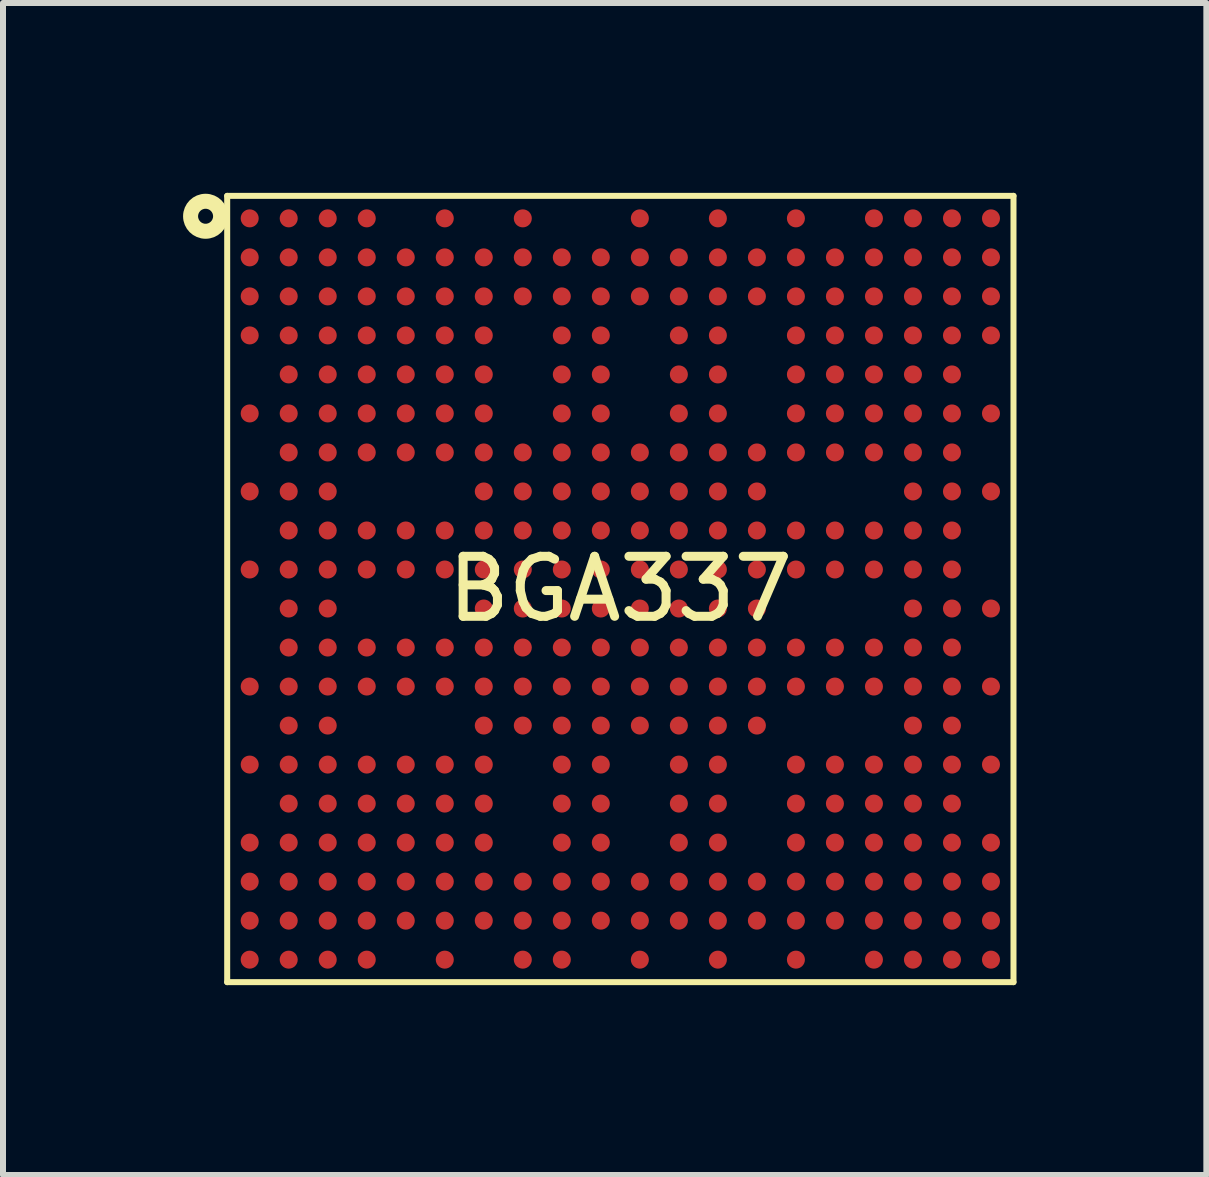
<source format=kicad_pcb>
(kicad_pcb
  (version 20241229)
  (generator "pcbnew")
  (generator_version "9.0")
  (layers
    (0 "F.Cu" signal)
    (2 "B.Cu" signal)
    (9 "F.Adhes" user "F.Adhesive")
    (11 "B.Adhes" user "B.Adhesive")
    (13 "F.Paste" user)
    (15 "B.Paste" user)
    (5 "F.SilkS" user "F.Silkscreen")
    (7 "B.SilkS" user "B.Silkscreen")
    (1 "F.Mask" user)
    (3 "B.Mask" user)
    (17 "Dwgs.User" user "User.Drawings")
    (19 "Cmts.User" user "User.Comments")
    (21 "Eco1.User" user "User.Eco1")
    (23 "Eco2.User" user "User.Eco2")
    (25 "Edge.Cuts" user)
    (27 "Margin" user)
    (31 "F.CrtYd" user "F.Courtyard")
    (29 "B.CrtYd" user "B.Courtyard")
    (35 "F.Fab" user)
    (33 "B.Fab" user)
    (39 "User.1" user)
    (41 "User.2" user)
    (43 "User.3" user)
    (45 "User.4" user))
  (footprint "BGA337"
    (layer "F.Cu")
    (at 7.285 6.763)
    (property "Reference" "BGA337" (at 0 0 0) (layer "F.SilkS") (effects (font (size 1 1) (thickness 0.15))))
    (fp_line (start -6.55 -6.55) (end 6.55 -6.55) (stroke (width 0.1) (type default)) (layer "F.SilkS"))
    (fp_line (start -6.55 6.55) (end -6.55 -6.55) (stroke (width 0.1) (type default)) (layer "F.SilkS"))
    (fp_line (start -6.55 6.55) (end 6.55 6.55) (stroke (width 0.1) (type default)) (layer "F.SilkS"))
    (fp_line (start 6.55 6.55) (end 6.55 -6.55) (stroke (width 0.1) (type default)) (layer "F.SilkS"))
    (fp_circle (center -6.91 -6.21) (end -6.66 -6.21) (stroke (width 0.25) (type default)) (fill no) (layer "F.SilkS"))
    (fp_line (start -6.75 -6.75) (end 6.75 -6.75) (stroke (width 0.025) (type default)) (layer "User.1"))
    (fp_line (start -6.75 6.75) (end -6.75 -6.75) (stroke (width 0.025) (type default)) (layer "User.1"))
    (fp_line (start -6.75 6.75) (end 6.75 6.75) (stroke (width 0.025) (type default)) (layer "User.1"))
    (fp_line (start 6.75 6.75) (end 6.75 -6.75) (stroke (width 0.025) (type default)) (layer "User.1"))
    (pad "A1" smd circle (at -6.175 -6.175) (size 0.3 0.3) (layers "F.Cu" "F.Mask" "F.Paste"))
    (pad "A2" smd circle (at -5.525 -6.175) (size 0.3 0.3) (layers "F.Cu" "F.Mask" "F.Paste"))
    (pad "A3" smd circle (at -4.875 -6.175) (size 0.3 0.3) (layers "F.Cu" "F.Mask" "F.Paste"))
    (pad "A4" smd circle (at -4.225 -6.175) (size 0.3 0.3) (layers "F.Cu" "F.Mask" "F.Paste"))
    (pad "A6" smd circle (at -2.925 -6.175) (size 0.3 0.3) (layers "F.Cu" "F.Mask" "F.Paste"))
    (pad "A8" smd circle (at -1.625 -6.175) (size 0.3 0.3) (layers "F.Cu" "F.Mask" "F.Paste"))
    (pad "A11" smd circle (at 0.325 -6.175) (size 0.3 0.3) (layers "F.Cu" "F.Mask" "F.Paste"))
    (pad "A13" smd circle (at 1.625 -6.175) (size 0.3 0.3) (layers "F.Cu" "F.Mask" "F.Paste"))
    (pad "A15" smd circle (at 2.925 -6.175) (size 0.3 0.3) (layers "F.Cu" "F.Mask" "F.Paste"))
    (pad "A17" smd circle (at 4.225 -6.175) (size 0.3 0.3) (layers "F.Cu" "F.Mask" "F.Paste"))
    (pad "A18" smd circle (at 4.875 -6.175) (size 0.3 0.3) (layers "F.Cu" "F.Mask" "F.Paste"))
    (pad "A19" smd circle (at 5.525 -6.175) (size 0.3 0.3) (layers "F.Cu" "F.Mask" "F.Paste"))
    (pad "A20" smd circle (at 6.175 -6.175) (size 0.3 0.3) (layers "F.Cu" "F.Mask" "F.Paste"))
    (pad "B1" smd circle (at -6.175 -5.525) (size 0.3 0.3) (layers "F.Cu" "F.Mask" "F.Paste"))
    (pad "B2" smd circle (at -5.525 -5.525) (size 0.3 0.3) (layers "F.Cu" "F.Mask" "F.Paste"))
    (pad "B3" smd circle (at -4.875 -5.525) (size 0.3 0.3) (layers "F.Cu" "F.Mask" "F.Paste"))
    (pad "B4" smd circle (at -4.225 -5.525) (size 0.3 0.3) (layers "F.Cu" "F.Mask" "F.Paste"))
    (pad "B5" smd circle (at -3.575 -5.525) (size 0.3 0.3) (layers "F.Cu" "F.Mask" "F.Paste"))
    (pad "B6" smd circle (at -2.925 -5.525) (size 0.3 0.3) (layers "F.Cu" "F.Mask" "F.Paste"))
    (pad "B7" smd circle (at -2.275 -5.525) (size 0.3 0.3) (layers "F.Cu" "F.Mask" "F.Paste"))
    (pad "B8" smd circle (at -1.625 -5.525) (size 0.3 0.3) (layers "F.Cu" "F.Mask" "F.Paste"))
    (pad "B9" smd circle (at -0.975 -5.525) (size 0.3 0.3) (layers "F.Cu" "F.Mask" "F.Paste"))
    (pad "B10" smd circle (at -0.325 -5.525) (size 0.3 0.3) (layers "F.Cu" "F.Mask" "F.Paste"))
    (pad "B11" smd circle (at 0.325 -5.525) (size 0.3 0.3) (layers "F.Cu" "F.Mask" "F.Paste"))
    (pad "B12" smd circle (at 0.975 -5.525) (size 0.3 0.3) (layers "F.Cu" "F.Mask" "F.Paste"))
    (pad "B13" smd circle (at 1.625 -5.525) (size 0.3 0.3) (layers "F.Cu" "F.Mask" "F.Paste"))
    (pad "B14" smd circle (at 2.275 -5.525) (size 0.3 0.3) (layers "F.Cu" "F.Mask" "F.Paste"))
    (pad "B15" smd circle (at 2.925 -5.525) (size 0.3 0.3) (layers "F.Cu" "F.Mask" "F.Paste"))
    (pad "B16" smd circle (at 3.575 -5.525) (size 0.3 0.3) (layers "F.Cu" "F.Mask" "F.Paste"))
    (pad "B17" smd circle (at 4.225 -5.525) (size 0.3 0.3) (layers "F.Cu" "F.Mask" "F.Paste"))
    (pad "B18" smd circle (at 4.875 -5.525) (size 0.3 0.3) (layers "F.Cu" "F.Mask" "F.Paste"))
    (pad "B19" smd circle (at 5.525 -5.525) (size 0.3 0.3) (layers "F.Cu" "F.Mask" "F.Paste"))
    (pad "B20" smd circle (at 6.175 -5.525) (size 0.3 0.3) (layers "F.Cu" "F.Mask" "F.Paste"))
    (pad "C1" smd circle (at -6.175 -4.875) (size 0.3 0.3) (layers "F.Cu" "F.Mask" "F.Paste"))
    (pad "C2" smd circle (at -5.525 -4.875) (size 0.3 0.3) (layers "F.Cu" "F.Mask" "F.Paste"))
    (pad "C3" smd circle (at -4.875 -4.875) (size 0.3 0.3) (layers "F.Cu" "F.Mask" "F.Paste"))
    (pad "C4" smd circle (at -4.225 -4.875) (size 0.3 0.3) (layers "F.Cu" "F.Mask" "F.Paste"))
    (pad "C5" smd circle (at -3.575 -4.875) (size 0.3 0.3) (layers "F.Cu" "F.Mask" "F.Paste"))
    (pad "C6" smd circle (at -2.925 -4.875) (size 0.3 0.3) (layers "F.Cu" "F.Mask" "F.Paste"))
    (pad "C7" smd circle (at -2.275 -4.875) (size 0.3 0.3) (layers "F.Cu" "F.Mask" "F.Paste"))
    (pad "C8" smd circle (at -1.625 -4.875) (size 0.3 0.3) (layers "F.Cu" "F.Mask" "F.Paste"))
    (pad "C9" smd circle (at -0.975 -4.875) (size 0.3 0.3) (layers "F.Cu" "F.Mask" "F.Paste"))
    (pad "C10" smd circle (at -0.325 -4.875) (size 0.3 0.3) (layers "F.Cu" "F.Mask" "F.Paste"))
    (pad "C11" smd circle (at 0.325 -4.875) (size 0.3 0.3) (layers "F.Cu" "F.Mask" "F.Paste"))
    (pad "C12" smd circle (at 0.975 -4.875) (size 0.3 0.3) (layers "F.Cu" "F.Mask" "F.Paste"))
    (pad "C13" smd circle (at 1.625 -4.875) (size 0.3 0.3) (layers "F.Cu" "F.Mask" "F.Paste"))
    (pad "C14" smd circle (at 2.275 -4.875) (size 0.3 0.3) (layers "F.Cu" "F.Mask" "F.Paste"))
    (pad "C15" smd circle (at 2.925 -4.875) (size 0.3 0.3) (layers "F.Cu" "F.Mask" "F.Paste"))
    (pad "C16" smd circle (at 3.575 -4.875) (size 0.3 0.3) (layers "F.Cu" "F.Mask" "F.Paste"))
    (pad "C17" smd circle (at 4.225 -4.875) (size 0.3 0.3) (layers "F.Cu" "F.Mask" "F.Paste"))
    (pad "C18" smd circle (at 4.875 -4.875) (size 0.3 0.3) (layers "F.Cu" "F.Mask" "F.Paste"))
    (pad "C19" smd circle (at 5.525 -4.875) (size 0.3 0.3) (layers "F.Cu" "F.Mask" "F.Paste"))
    (pad "C20" smd circle (at 6.175 -4.875) (size 0.3 0.3) (layers "F.Cu" "F.Mask" "F.Paste"))
    (pad "D1" smd circle (at -6.175 -4.225) (size 0.3 0.3) (layers "F.Cu" "F.Mask" "F.Paste"))
    (pad "D2" smd circle (at -5.525 -4.225) (size 0.3 0.3) (layers "F.Cu" "F.Mask" "F.Paste"))
    (pad "D3" smd circle (at -4.875 -4.225) (size 0.3 0.3) (layers "F.Cu" "F.Mask" "F.Paste"))
    (pad "D4" smd circle (at -4.225 -4.225) (size 0.3 0.3) (layers "F.Cu" "F.Mask" "F.Paste"))
    (pad "D5" smd circle (at -3.575 -4.225) (size 0.3 0.3) (layers "F.Cu" "F.Mask" "F.Paste"))
    (pad "D6" smd circle (at -2.925 -4.225) (size 0.3 0.3) (layers "F.Cu" "F.Mask" "F.Paste"))
    (pad "D7" smd circle (at -2.275 -4.225) (size 0.3 0.3) (layers "F.Cu" "F.Mask" "F.Paste"))
    (pad "D9" smd circle (at -0.975 -4.225) (size 0.3 0.3) (layers "F.Cu" "F.Mask" "F.Paste"))
    (pad "D10" smd circle (at -0.325 -4.225) (size 0.3 0.3) (layers "F.Cu" "F.Mask" "F.Paste"))
    (pad "D12" smd circle (at 0.975 -4.225) (size 0.3 0.3) (layers "F.Cu" "F.Mask" "F.Paste"))
    (pad "D13" smd circle (at 1.625 -4.225) (size 0.3 0.3) (layers "F.Cu" "F.Mask" "F.Paste"))
    (pad "D15" smd circle (at 2.925 -4.225) (size 0.3 0.3) (layers "F.Cu" "F.Mask" "F.Paste"))
    (pad "D16" smd circle (at 3.575 -4.225) (size 0.3 0.3) (layers "F.Cu" "F.Mask" "F.Paste"))
    (pad "D17" smd circle (at 4.225 -4.225) (size 0.3 0.3) (layers "F.Cu" "F.Mask" "F.Paste"))
    (pad "D18" smd circle (at 4.875 -4.225) (size 0.3 0.3) (layers "F.Cu" "F.Mask" "F.Paste"))
    (pad "D19" smd circle (at 5.525 -4.225) (size 0.3 0.3) (layers "F.Cu" "F.Mask" "F.Paste"))
    (pad "D20" smd circle (at 6.175 -4.225) (size 0.3 0.3) (layers "F.Cu" "F.Mask" "F.Paste"))
    (pad "E2" smd circle (at -5.525 -3.575) (size 0.3 0.3) (layers "F.Cu" "F.Mask" "F.Paste"))
    (pad "E3" smd circle (at -4.875 -3.575) (size 0.3 0.3) (layers "F.Cu" "F.Mask" "F.Paste"))
    (pad "E4" smd circle (at -4.225 -3.575) (size 0.3 0.3) (layers "F.Cu" "F.Mask" "F.Paste"))
    (pad "E5" smd circle (at -3.575 -3.575) (size 0.3 0.3) (layers "F.Cu" "F.Mask" "F.Paste"))
    (pad "E6" smd circle (at -2.925 -3.575) (size 0.3 0.3) (layers "F.Cu" "F.Mask" "F.Paste"))
    (pad "E7" smd circle (at -2.275 -3.575) (size 0.3 0.3) (layers "F.Cu" "F.Mask" "F.Paste"))
    (pad "E9" smd circle (at -0.975 -3.575) (size 0.3 0.3) (layers "F.Cu" "F.Mask" "F.Paste"))
    (pad "E10" smd circle (at -0.325 -3.575) (size 0.3 0.3) (layers "F.Cu" "F.Mask" "F.Paste"))
    (pad "E12" smd circle (at 0.975 -3.575) (size 0.3 0.3) (layers "F.Cu" "F.Mask" "F.Paste"))
    (pad "E13" smd circle (at 1.625 -3.575) (size 0.3 0.3) (layers "F.Cu" "F.Mask" "F.Paste"))
    (pad "E15" smd circle (at 2.925 -3.575) (size 0.3 0.3) (layers "F.Cu" "F.Mask" "F.Paste"))
    (pad "E16" smd circle (at 3.575 -3.575) (size 0.3 0.3) (layers "F.Cu" "F.Mask" "F.Paste"))
    (pad "E17" smd circle (at 4.225 -3.575) (size 0.3 0.3) (layers "F.Cu" "F.Mask" "F.Paste"))
    (pad "E18" smd circle (at 4.875 -3.575) (size 0.3 0.3) (layers "F.Cu" "F.Mask" "F.Paste"))
    (pad "E19" smd circle (at 5.525 -3.575) (size 0.3 0.3) (layers "F.Cu" "F.Mask" "F.Paste"))
    (pad "F1" smd circle (at -6.175 -2.925) (size 0.3 0.3) (layers "F.Cu" "F.Mask" "F.Paste"))
    (pad "F2" smd circle (at -5.525 -2.925) (size 0.3 0.3) (layers "F.Cu" "F.Mask" "F.Paste"))
    (pad "F3" smd circle (at -4.875 -2.925) (size 0.3 0.3) (layers "F.Cu" "F.Mask" "F.Paste"))
    (pad "F4" smd circle (at -4.225 -2.925) (size 0.3 0.3) (layers "F.Cu" "F.Mask" "F.Paste"))
    (pad "F5" smd circle (at -3.575 -2.925) (size 0.3 0.3) (layers "F.Cu" "F.Mask" "F.Paste"))
    (pad "F6" smd circle (at -2.925 -2.925) (size 0.3 0.3) (layers "F.Cu" "F.Mask" "F.Paste"))
    (pad "F7" smd circle (at -2.275 -2.925) (size 0.3 0.3) (layers "F.Cu" "F.Mask" "F.Paste"))
    (pad "F9" smd circle (at -0.975 -2.925) (size 0.3 0.3) (layers "F.Cu" "F.Mask" "F.Paste"))
    (pad "F10" smd circle (at -0.325 -2.925) (size 0.3 0.3) (layers "F.Cu" "F.Mask" "F.Paste"))
    (pad "F12" smd circle (at 0.975 -2.925) (size 0.3 0.3) (layers "F.Cu" "F.Mask" "F.Paste"))
    (pad "F13" smd circle (at 1.625 -2.925) (size 0.3 0.3) (layers "F.Cu" "F.Mask" "F.Paste"))
    (pad "F15" smd circle (at 2.925 -2.925) (size 0.3 0.3) (layers "F.Cu" "F.Mask" "F.Paste"))
    (pad "F16" smd circle (at 3.575 -2.925) (size 0.3 0.3) (layers "F.Cu" "F.Mask" "F.Paste"))
    (pad "F17" smd circle (at 4.225 -2.925) (size 0.3 0.3) (layers "F.Cu" "F.Mask" "F.Paste"))
    (pad "F18" smd circle (at 4.875 -2.925) (size 0.3 0.3) (layers "F.Cu" "F.Mask" "F.Paste"))
    (pad "F19" smd circle (at 5.525 -2.925) (size 0.3 0.3) (layers "F.Cu" "F.Mask" "F.Paste"))
    (pad "F20" smd circle (at 6.175 -2.925) (size 0.3 0.3) (layers "F.Cu" "F.Mask" "F.Paste"))
    (pad "G2" smd circle (at -5.525 -2.275) (size 0.3 0.3) (layers "F.Cu" "F.Mask" "F.Paste"))
    (pad "G3" smd circle (at -4.875 -2.275) (size 0.3 0.3) (layers "F.Cu" "F.Mask" "F.Paste"))
    (pad "G4" smd circle (at -4.225 -2.275) (size 0.3 0.3) (layers "F.Cu" "F.Mask" "F.Paste"))
    (pad "G5" smd circle (at -3.575 -2.275) (size 0.3 0.3) (layers "F.Cu" "F.Mask" "F.Paste"))
    (pad "G6" smd circle (at -2.925 -2.275) (size 0.3 0.3) (layers "F.Cu" "F.Mask" "F.Paste"))
    (pad "G7" smd circle (at -2.275 -2.275) (size 0.3 0.3) (layers "F.Cu" "F.Mask" "F.Paste"))
    (pad "G8" smd circle (at -1.625 -2.275) (size 0.3 0.3) (layers "F.Cu" "F.Mask" "F.Paste"))
    (pad "G9" smd circle (at -0.975 -2.275) (size 0.3 0.3) (layers "F.Cu" "F.Mask" "F.Paste"))
    (pad "G10" smd circle (at -0.325 -2.275) (size 0.3 0.3) (layers "F.Cu" "F.Mask" "F.Paste"))
    (pad "G11" smd circle (at 0.325 -2.275) (size 0.3 0.3) (layers "F.Cu" "F.Mask" "F.Paste"))
    (pad "G12" smd circle (at 0.975 -2.275) (size 0.3 0.3) (layers "F.Cu" "F.Mask" "F.Paste"))
    (pad "G13" smd circle (at 1.625 -2.275) (size 0.3 0.3) (layers "F.Cu" "F.Mask" "F.Paste"))
    (pad "G14" smd circle (at 2.275 -2.275) (size 0.3 0.3) (layers "F.Cu" "F.Mask" "F.Paste"))
    (pad "G15" smd circle (at 2.925 -2.275) (size 0.3 0.3) (layers "F.Cu" "F.Mask" "F.Paste"))
    (pad "G16" smd circle (at 3.575 -2.275) (size 0.3 0.3) (layers "F.Cu" "F.Mask" "F.Paste"))
    (pad "G17" smd circle (at 4.225 -2.275) (size 0.3 0.3) (layers "F.Cu" "F.Mask" "F.Paste"))
    (pad "G18" smd circle (at 4.875 -2.275) (size 0.3 0.3) (layers "F.Cu" "F.Mask" "F.Paste"))
    (pad "G19" smd circle (at 5.525 -2.275) (size 0.3 0.3) (layers "F.Cu" "F.Mask" "F.Paste"))
    (pad "H1" smd circle (at -6.175 -1.625) (size 0.3 0.3) (layers "F.Cu" "F.Mask" "F.Paste"))
    (pad "H2" smd circle (at -5.525 -1.625) (size 0.3 0.3) (layers "F.Cu" "F.Mask" "F.Paste"))
    (pad "H3" smd circle (at -4.875 -1.625) (size 0.3 0.3) (layers "F.Cu" "F.Mask" "F.Paste"))
    (pad "H7" smd circle (at -2.275 -1.625) (size 0.3 0.3) (layers "F.Cu" "F.Mask" "F.Paste"))
    (pad "H8" smd circle (at -1.625 -1.625) (size 0.3 0.3) (layers "F.Cu" "F.Mask" "F.Paste"))
    (pad "H9" smd circle (at -0.975 -1.625) (size 0.3 0.3) (layers "F.Cu" "F.Mask" "F.Paste"))
    (pad "H10" smd circle (at -0.325 -1.625) (size 0.3 0.3) (layers "F.Cu" "F.Mask" "F.Paste"))
    (pad "H11" smd circle (at 0.325 -1.625) (size 0.3 0.3) (layers "F.Cu" "F.Mask" "F.Paste"))
    (pad "H12" smd circle (at 0.975 -1.625) (size 0.3 0.3) (layers "F.Cu" "F.Mask" "F.Paste"))
    (pad "H13" smd circle (at 1.625 -1.625) (size 0.3 0.3) (layers "F.Cu" "F.Mask" "F.Paste"))
    (pad "H14" smd circle (at 2.275 -1.625) (size 0.3 0.3) (layers "F.Cu" "F.Mask" "F.Paste"))
    (pad "H18" smd circle (at 4.875 -1.625) (size 0.3 0.3) (layers "F.Cu" "F.Mask" "F.Paste"))
    (pad "H19" smd circle (at 5.525 -1.625) (size 0.3 0.3) (layers "F.Cu" "F.Mask" "F.Paste"))
    (pad "H20" smd circle (at 6.175 -1.625) (size 0.3 0.3) (layers "F.Cu" "F.Mask" "F.Paste"))
    (pad "J2" smd circle (at -5.525 -0.975) (size 0.3 0.3) (layers "F.Cu" "F.Mask" "F.Paste"))
    (pad "J3" smd circle (at -4.875 -0.975) (size 0.3 0.3) (layers "F.Cu" "F.Mask" "F.Paste"))
    (pad "J4" smd circle (at -4.225 -0.975) (size 0.3 0.3) (layers "F.Cu" "F.Mask" "F.Paste"))
    (pad "J5" smd circle (at -3.575 -0.975) (size 0.3 0.3) (layers "F.Cu" "F.Mask" "F.Paste"))
    (pad "J6" smd circle (at -2.925 -0.975) (size 0.3 0.3) (layers "F.Cu" "F.Mask" "F.Paste"))
    (pad "J7" smd circle (at -2.275 -0.975) (size 0.3 0.3) (layers "F.Cu" "F.Mask" "F.Paste"))
    (pad "J8" smd circle (at -1.625 -0.975) (size 0.3 0.3) (layers "F.Cu" "F.Mask" "F.Paste"))
    (pad "J9" smd circle (at -0.975 -0.975) (size 0.3 0.3) (layers "F.Cu" "F.Mask" "F.Paste"))
    (pad "J10" smd circle (at -0.325 -0.975) (size 0.3 0.3) (layers "F.Cu" "F.Mask" "F.Paste"))
    (pad "J11" smd circle (at 0.325 -0.975) (size 0.3 0.3) (layers "F.Cu" "F.Mask" "F.Paste"))
    (pad "J12" smd circle (at 0.975 -0.975) (size 0.3 0.3) (layers "F.Cu" "F.Mask" "F.Paste"))
    (pad "J13" smd circle (at 1.625 -0.975) (size 0.3 0.3) (layers "F.Cu" "F.Mask" "F.Paste"))
    (pad "J14" smd circle (at 2.275 -0.975) (size 0.3 0.3) (layers "F.Cu" "F.Mask" "F.Paste"))
    (pad "J15" smd circle (at 2.925 -0.975) (size 0.3 0.3) (layers "F.Cu" "F.Mask" "F.Paste"))
    (pad "J16" smd circle (at 3.575 -0.975) (size 0.3 0.3) (layers "F.Cu" "F.Mask" "F.Paste"))
    (pad "J17" smd circle (at 4.225 -0.975) (size 0.3 0.3) (layers "F.Cu" "F.Mask" "F.Paste"))
    (pad "J18" smd circle (at 4.875 -0.975) (size 0.3 0.3) (layers "F.Cu" "F.Mask" "F.Paste"))
    (pad "J19" smd circle (at 5.525 -0.975) (size 0.3 0.3) (layers "F.Cu" "F.Mask" "F.Paste"))
    (pad "K1" smd circle (at -6.175 -0.325) (size 0.3 0.3) (layers "F.Cu" "F.Mask" "F.Paste"))
    (pad "K2" smd circle (at -5.525 -0.325) (size 0.3 0.3) (layers "F.Cu" "F.Mask" "F.Paste"))
    (pad "K3" smd circle (at -4.875 -0.325) (size 0.3 0.3) (layers "F.Cu" "F.Mask" "F.Paste"))
    (pad "K4" smd circle (at -4.225 -0.325) (size 0.3 0.3) (layers "F.Cu" "F.Mask" "F.Paste"))
    (pad "K5" smd circle (at -3.575 -0.325) (size 0.3 0.3) (layers "F.Cu" "F.Mask" "F.Paste"))
    (pad "K6" smd circle (at -2.925 -0.325) (size 0.3 0.3) (layers "F.Cu" "F.Mask" "F.Paste"))
    (pad "K7" smd circle (at -2.275 -0.325) (size 0.3 0.3) (layers "F.Cu" "F.Mask" "F.Paste"))
    (pad "K8" smd circle (at -1.625 -0.325) (size 0.3 0.3) (layers "F.Cu" "F.Mask" "F.Paste"))
    (pad "K9" smd circle (at -0.975 -0.325) (size 0.3 0.3) (layers "F.Cu" "F.Mask" "F.Paste"))
    (pad "K10" smd circle (at -0.325 -0.325) (size 0.3 0.3) (layers "F.Cu" "F.Mask" "F.Paste"))
    (pad "K11" smd circle (at 0.325 -0.325) (size 0.3 0.3) (layers "F.Cu" "F.Mask" "F.Paste"))
    (pad "K12" smd circle (at 0.975 -0.325) (size 0.3 0.3) (layers "F.Cu" "F.Mask" "F.Paste"))
    (pad "K13" smd circle (at 1.625 -0.325) (size 0.3 0.3) (layers "F.Cu" "F.Mask" "F.Paste"))
    (pad "K14" smd circle (at 2.275 -0.325) (size 0.3 0.3) (layers "F.Cu" "F.Mask" "F.Paste"))
    (pad "K15" smd circle (at 2.925 -0.325) (size 0.3 0.3) (layers "F.Cu" "F.Mask" "F.Paste"))
    (pad "K16" smd circle (at 3.575 -0.325) (size 0.3 0.3) (layers "F.Cu" "F.Mask" "F.Paste"))
    (pad "K17" smd circle (at 4.225 -0.325) (size 0.3 0.3) (layers "F.Cu" "F.Mask" "F.Paste"))
    (pad "K18" smd circle (at 4.875 -0.325) (size 0.3 0.3) (layers "F.Cu" "F.Mask" "F.Paste"))
    (pad "K19" smd circle (at 5.525 -0.325) (size 0.3 0.3) (layers "F.Cu" "F.Mask" "F.Paste"))
    (pad "L2" smd circle (at -5.525 0.325) (size 0.3 0.3) (layers "F.Cu" "F.Mask" "F.Paste"))
    (pad "L3" smd circle (at -4.875 0.325) (size 0.3 0.3) (layers "F.Cu" "F.Mask" "F.Paste"))
    (pad "L7" smd circle (at -2.275 0.325) (size 0.3 0.3) (layers "F.Cu" "F.Mask" "F.Paste"))
    (pad "L8" smd circle (at -1.625 0.325) (size 0.3 0.3) (layers "F.Cu" "F.Mask" "F.Paste"))
    (pad "L9" smd circle (at -0.975 0.325) (size 0.3 0.3) (layers "F.Cu" "F.Mask" "F.Paste"))
    (pad "L10" smd circle (at -0.325 0.325) (size 0.3 0.3) (layers "F.Cu" "F.Mask" "F.Paste"))
    (pad "L11" smd circle (at 0.325 0.325) (size 0.3 0.3) (layers "F.Cu" "F.Mask" "F.Paste"))
    (pad "L12" smd circle (at 0.975 0.325) (size 0.3 0.3) (layers "F.Cu" "F.Mask" "F.Paste"))
    (pad "L13" smd circle (at 1.625 0.325) (size 0.3 0.3) (layers "F.Cu" "F.Mask" "F.Paste"))
    (pad "L14" smd circle (at 2.275 0.325) (size 0.3 0.3) (layers "F.Cu" "F.Mask" "F.Paste"))
    (pad "L18" smd circle (at 4.875 0.325) (size 0.3 0.3) (layers "F.Cu" "F.Mask" "F.Paste"))
    (pad "L19" smd circle (at 5.525 0.325) (size 0.3 0.3) (layers "F.Cu" "F.Mask" "F.Paste"))
    (pad "L20" smd circle (at 6.175 0.325) (size 0.3 0.3) (layers "F.Cu" "F.Mask" "F.Paste"))
    (pad "M2" smd circle (at -5.525 0.975) (size 0.3 0.3) (layers "F.Cu" "F.Mask" "F.Paste"))
    (pad "M3" smd circle (at -4.875 0.975) (size 0.3 0.3) (layers "F.Cu" "F.Mask" "F.Paste"))
    (pad "M4" smd circle (at -4.225 0.975) (size 0.3 0.3) (layers "F.Cu" "F.Mask" "F.Paste"))
    (pad "M5" smd circle (at -3.575 0.975) (size 0.3 0.3) (layers "F.Cu" "F.Mask" "F.Paste"))
    (pad "M6" smd circle (at -2.925 0.975) (size 0.3 0.3) (layers "F.Cu" "F.Mask" "F.Paste"))
    (pad "M7" smd circle (at -2.275 0.975) (size 0.3 0.3) (layers "F.Cu" "F.Mask" "F.Paste"))
    (pad "M8" smd circle (at -1.625 0.975) (size 0.3 0.3) (layers "F.Cu" "F.Mask" "F.Paste"))
    (pad "M9" smd circle (at -0.975 0.975) (size 0.3 0.3) (layers "F.Cu" "F.Mask" "F.Paste"))
    (pad "M10" smd circle (at -0.325 0.975) (size 0.3 0.3) (layers "F.Cu" "F.Mask" "F.Paste"))
    (pad "M11" smd circle (at 0.325 0.975) (size 0.3 0.3) (layers "F.Cu" "F.Mask" "F.Paste"))
    (pad "M12" smd circle (at 0.975 0.975) (size 0.3 0.3) (layers "F.Cu" "F.Mask" "F.Paste"))
    (pad "M13" smd circle (at 1.625 0.975) (size 0.3 0.3) (layers "F.Cu" "F.Mask" "F.Paste"))
    (pad "M14" smd circle (at 2.275 0.975) (size 0.3 0.3) (layers "F.Cu" "F.Mask" "F.Paste"))
    (pad "M15" smd circle (at 2.925 0.975) (size 0.3 0.3) (layers "F.Cu" "F.Mask" "F.Paste"))
    (pad "M16" smd circle (at 3.575 0.975) (size 0.3 0.3) (layers "F.Cu" "F.Mask" "F.Paste"))
    (pad "M17" smd circle (at 4.225 0.975) (size 0.3 0.3) (layers "F.Cu" "F.Mask" "F.Paste"))
    (pad "M18" smd circle (at 4.875 0.975) (size 0.3 0.3) (layers "F.Cu" "F.Mask" "F.Paste"))
    (pad "M19" smd circle (at 5.525 0.975) (size 0.3 0.3) (layers "F.Cu" "F.Mask" "F.Paste"))
    (pad "N1" smd circle (at -6.175 1.625) (size 0.3 0.3) (layers "F.Cu" "F.Mask" "F.Paste"))
    (pad "N2" smd circle (at -5.525 1.625) (size 0.3 0.3) (layers "F.Cu" "F.Mask" "F.Paste"))
    (pad "N3" smd circle (at -4.875 1.625) (size 0.3 0.3) (layers "F.Cu" "F.Mask" "F.Paste"))
    (pad "N4" smd circle (at -4.225 1.625) (size 0.3 0.3) (layers "F.Cu" "F.Mask" "F.Paste"))
    (pad "N5" smd circle (at -3.575 1.625) (size 0.3 0.3) (layers "F.Cu" "F.Mask" "F.Paste"))
    (pad "N6" smd circle (at -2.925 1.625) (size 0.3 0.3) (layers "F.Cu" "F.Mask" "F.Paste"))
    (pad "N7" smd circle (at -2.275 1.625) (size 0.3 0.3) (layers "F.Cu" "F.Mask" "F.Paste"))
    (pad "N8" smd circle (at -1.625 1.625) (size 0.3 0.3) (layers "F.Cu" "F.Mask" "F.Paste"))
    (pad "N9" smd circle (at -0.975 1.625) (size 0.3 0.3) (layers "F.Cu" "F.Mask" "F.Paste"))
    (pad "N10" smd circle (at -0.325 1.625) (size 0.3 0.3) (layers "F.Cu" "F.Mask" "F.Paste"))
    (pad "N11" smd circle (at 0.325 1.625) (size 0.3 0.3) (layers "F.Cu" "F.Mask" "F.Paste"))
    (pad "N12" smd circle (at 0.975 1.625) (size 0.3 0.3) (layers "F.Cu" "F.Mask" "F.Paste"))
    (pad "N13" smd circle (at 1.625 1.625) (size 0.3 0.3) (layers "F.Cu" "F.Mask" "F.Paste"))
    (pad "N14" smd circle (at 2.275 1.625) (size 0.3 0.3) (layers "F.Cu" "F.Mask" "F.Paste"))
    (pad "N15" smd circle (at 2.925 1.625) (size 0.3 0.3) (layers "F.Cu" "F.Mask" "F.Paste"))
    (pad "N16" smd circle (at 3.575 1.625) (size 0.3 0.3) (layers "F.Cu" "F.Mask" "F.Paste"))
    (pad "N17" smd circle (at 4.225 1.625) (size 0.3 0.3) (layers "F.Cu" "F.Mask" "F.Paste"))
    (pad "N18" smd circle (at 4.875 1.625) (size 0.3 0.3) (layers "F.Cu" "F.Mask" "F.Paste"))
    (pad "N19" smd circle (at 5.525 1.625) (size 0.3 0.3) (layers "F.Cu" "F.Mask" "F.Paste"))
    (pad "N20" smd circle (at 6.175 1.625) (size 0.3 0.3) (layers "F.Cu" "F.Mask" "F.Paste"))
    (pad "P2" smd circle (at -5.525 2.275) (size 0.3 0.3) (layers "F.Cu" "F.Mask" "F.Paste"))
    (pad "P3" smd circle (at -4.875 2.275) (size 0.3 0.3) (layers "F.Cu" "F.Mask" "F.Paste"))
    (pad "P7" smd circle (at -2.275 2.275) (size 0.3 0.3) (layers "F.Cu" "F.Mask" "F.Paste"))
    (pad "P8" smd circle (at -1.625 2.275) (size 0.3 0.3) (layers "F.Cu" "F.Mask" "F.Paste"))
    (pad "P9" smd circle (at -0.975 2.275) (size 0.3 0.3) (layers "F.Cu" "F.Mask" "F.Paste"))
    (pad "P10" smd circle (at -0.325 2.275) (size 0.3 0.3) (layers "F.Cu" "F.Mask" "F.Paste"))
    (pad "P11" smd circle (at 0.325 2.275) (size 0.3 0.3) (layers "F.Cu" "F.Mask" "F.Paste"))
    (pad "P12" smd circle (at 0.975 2.275) (size 0.3 0.3) (layers "F.Cu" "F.Mask" "F.Paste"))
    (pad "P13" smd circle (at 1.625 2.275) (size 0.3 0.3) (layers "F.Cu" "F.Mask" "F.Paste"))
    (pad "P14" smd circle (at 2.275 2.275) (size 0.3 0.3) (layers "F.Cu" "F.Mask" "F.Paste"))
    (pad "P18" smd circle (at 4.875 2.275) (size 0.3 0.3) (layers "F.Cu" "F.Mask" "F.Paste"))
    (pad "P19" smd circle (at 5.525 2.275) (size 0.3 0.3) (layers "F.Cu" "F.Mask" "F.Paste"))
    (pad "R1" smd circle (at -6.175 2.925) (size 0.3 0.3) (layers "F.Cu" "F.Mask" "F.Paste"))
    (pad "R2" smd circle (at -5.525 2.925) (size 0.3 0.3) (layers "F.Cu" "F.Mask" "F.Paste"))
    (pad "R3" smd circle (at -4.875 2.925) (size 0.3 0.3) (layers "F.Cu" "F.Mask" "F.Paste"))
    (pad "R4" smd circle (at -4.225 2.925) (size 0.3 0.3) (layers "F.Cu" "F.Mask" "F.Paste"))
    (pad "R5" smd circle (at -3.575 2.925) (size 0.3 0.3) (layers "F.Cu" "F.Mask" "F.Paste"))
    (pad "R6" smd circle (at -2.925 2.925) (size 0.3 0.3) (layers "F.Cu" "F.Mask" "F.Paste"))
    (pad "R7" smd circle (at -2.275 2.925) (size 0.3 0.3) (layers "F.Cu" "F.Mask" "F.Paste"))
    (pad "R9" smd circle (at -0.975 2.925) (size 0.3 0.3) (layers "F.Cu" "F.Mask" "F.Paste"))
    (pad "R10" smd circle (at -0.325 2.925) (size 0.3 0.3) (layers "F.Cu" "F.Mask" "F.Paste"))
    (pad "R12" smd circle (at 0.975 2.925) (size 0.3 0.3) (layers "F.Cu" "F.Mask" "F.Paste"))
    (pad "R13" smd circle (at 1.625 2.925) (size 0.3 0.3) (layers "F.Cu" "F.Mask" "F.Paste"))
    (pad "R15" smd circle (at 2.925 2.925) (size 0.3 0.3) (layers "F.Cu" "F.Mask" "F.Paste"))
    (pad "R16" smd circle (at 3.575 2.925) (size 0.3 0.3) (layers "F.Cu" "F.Mask" "F.Paste"))
    (pad "R17" smd circle (at 4.225 2.925) (size 0.3 0.3) (layers "F.Cu" "F.Mask" "F.Paste"))
    (pad "R18" smd circle (at 4.875 2.925) (size 0.3 0.3) (layers "F.Cu" "F.Mask" "F.Paste"))
    (pad "R19" smd circle (at 5.525 2.925) (size 0.3 0.3) (layers "F.Cu" "F.Mask" "F.Paste"))
    (pad "R20" smd circle (at 6.175 2.925) (size 0.3 0.3) (layers "F.Cu" "F.Mask" "F.Paste"))
    (pad "T2" smd circle (at -5.525 3.575) (size 0.3 0.3) (layers "F.Cu" "F.Mask" "F.Paste"))
    (pad "T3" smd circle (at -4.875 3.575) (size 0.3 0.3) (layers "F.Cu" "F.Mask" "F.Paste"))
    (pad "T4" smd circle (at -4.225 3.575) (size 0.3 0.3) (layers "F.Cu" "F.Mask" "F.Paste"))
    (pad "T5" smd circle (at -3.575 3.575) (size 0.3 0.3) (layers "F.Cu" "F.Mask" "F.Paste"))
    (pad "T6" smd circle (at -2.925 3.575) (size 0.3 0.3) (layers "F.Cu" "F.Mask" "F.Paste"))
    (pad "T7" smd circle (at -2.275 3.575) (size 0.3 0.3) (layers "F.Cu" "F.Mask" "F.Paste"))
    (pad "T9" smd circle (at -0.975 3.575) (size 0.3 0.3) (layers "F.Cu" "F.Mask" "F.Paste"))
    (pad "T10" smd circle (at -0.325 3.575) (size 0.3 0.3) (layers "F.Cu" "F.Mask" "F.Paste"))
    (pad "T12" smd circle (at 0.975 3.575) (size 0.3 0.3) (layers "F.Cu" "F.Mask" "F.Paste"))
    (pad "T13" smd circle (at 1.625 3.575) (size 0.3 0.3) (layers "F.Cu" "F.Mask" "F.Paste"))
    (pad "T15" smd circle (at 2.925 3.575) (size 0.3 0.3) (layers "F.Cu" "F.Mask" "F.Paste"))
    (pad "T16" smd circle (at 3.575 3.575) (size 0.3 0.3) (layers "F.Cu" "F.Mask" "F.Paste"))
    (pad "T17" smd circle (at 4.225 3.575) (size 0.3 0.3) (layers "F.Cu" "F.Mask" "F.Paste"))
    (pad "T18" smd circle (at 4.875 3.575) (size 0.3 0.3) (layers "F.Cu" "F.Mask" "F.Paste"))
    (pad "T19" smd circle (at 5.525 3.575) (size 0.3 0.3) (layers "F.Cu" "F.Mask" "F.Paste"))
    (pad "U1" smd circle (at -6.175 4.225) (size 0.3 0.3) (layers "F.Cu" "F.Mask" "F.Paste"))
    (pad "U2" smd circle (at -5.525 4.225) (size 0.3 0.3) (layers "F.Cu" "F.Mask" "F.Paste"))
    (pad "U3" smd circle (at -4.875 4.225) (size 0.3 0.3) (layers "F.Cu" "F.Mask" "F.Paste"))
    (pad "U4" smd circle (at -4.225 4.225) (size 0.3 0.3) (layers "F.Cu" "F.Mask" "F.Paste"))
    (pad "U5" smd circle (at -3.575 4.225) (size 0.3 0.3) (layers "F.Cu" "F.Mask" "F.Paste"))
    (pad "U6" smd circle (at -2.925 4.225) (size 0.3 0.3) (layers "F.Cu" "F.Mask" "F.Paste"))
    (pad "U7" smd circle (at -2.275 4.225) (size 0.3 0.3) (layers "F.Cu" "F.Mask" "F.Paste"))
    (pad "U9" smd circle (at -0.975 4.225) (size 0.3 0.3) (layers "F.Cu" "F.Mask" "F.Paste"))
    (pad "U10" smd circle (at -0.325 4.225) (size 0.3 0.3) (layers "F.Cu" "F.Mask" "F.Paste"))
    (pad "U12" smd circle (at 0.975 4.225) (size 0.3 0.3) (layers "F.Cu" "F.Mask" "F.Paste"))
    (pad "U13" smd circle (at 1.625 4.225) (size 0.3 0.3) (layers "F.Cu" "F.Mask" "F.Paste"))
    (pad "U15" smd circle (at 2.925 4.225) (size 0.3 0.3) (layers "F.Cu" "F.Mask" "F.Paste"))
    (pad "U16" smd circle (at 3.575 4.225) (size 0.3 0.3) (layers "F.Cu" "F.Mask" "F.Paste"))
    (pad "U17" smd circle (at 4.225 4.225) (size 0.3 0.3) (layers "F.Cu" "F.Mask" "F.Paste"))
    (pad "U18" smd circle (at 4.875 4.225) (size 0.3 0.3) (layers "F.Cu" "F.Mask" "F.Paste"))
    (pad "U19" smd circle (at 5.525 4.225) (size 0.3 0.3) (layers "F.Cu" "F.Mask" "F.Paste"))
    (pad "U20" smd circle (at 6.175 4.225) (size 0.3 0.3) (layers "F.Cu" "F.Mask" "F.Paste"))
    (pad "V1" smd circle (at -6.175 4.875) (size 0.3 0.3) (layers "F.Cu" "F.Mask" "F.Paste"))
    (pad "V2" smd circle (at -5.525 4.875) (size 0.3 0.3) (layers "F.Cu" "F.Mask" "F.Paste"))
    (pad "V3" smd circle (at -4.875 4.875) (size 0.3 0.3) (layers "F.Cu" "F.Mask" "F.Paste"))
    (pad "V4" smd circle (at -4.225 4.875) (size 0.3 0.3) (layers "F.Cu" "F.Mask" "F.Paste"))
    (pad "V5" smd circle (at -3.575 4.875) (size 0.3 0.3) (layers "F.Cu" "F.Mask" "F.Paste"))
    (pad "V6" smd circle (at -2.925 4.875) (size 0.3 0.3) (layers "F.Cu" "F.Mask" "F.Paste"))
    (pad "V7" smd circle (at -2.275 4.875) (size 0.3 0.3) (layers "F.Cu" "F.Mask" "F.Paste"))
    (pad "V8" smd circle (at -1.625 4.875) (size 0.3 0.3) (layers "F.Cu" "F.Mask" "F.Paste"))
    (pad "V9" smd circle (at -0.975 4.875) (size 0.3 0.3) (layers "F.Cu" "F.Mask" "F.Paste"))
    (pad "V10" smd circle (at -0.325 4.875) (size 0.3 0.3) (layers "F.Cu" "F.Mask" "F.Paste"))
    (pad "V11" smd circle (at 0.325 4.875) (size 0.3 0.3) (layers "F.Cu" "F.Mask" "F.Paste"))
    (pad "V12" smd circle (at 0.975 4.875) (size 0.3 0.3) (layers "F.Cu" "F.Mask" "F.Paste"))
    (pad "V13" smd circle (at 1.625 4.875) (size 0.3 0.3) (layers "F.Cu" "F.Mask" "F.Paste"))
    (pad "V14" smd circle (at 2.275 4.875) (size 0.3 0.3) (layers "F.Cu" "F.Mask" "F.Paste"))
    (pad "V15" smd circle (at 2.925 4.875) (size 0.3 0.3) (layers "F.Cu" "F.Mask" "F.Paste"))
    (pad "V16" smd circle (at 3.575 4.875) (size 0.3 0.3) (layers "F.Cu" "F.Mask" "F.Paste"))
    (pad "V17" smd circle (at 4.225 4.875) (size 0.3 0.3) (layers "F.Cu" "F.Mask" "F.Paste"))
    (pad "V18" smd circle (at 4.875 4.875) (size 0.3 0.3) (layers "F.Cu" "F.Mask" "F.Paste"))
    (pad "V19" smd circle (at 5.525 4.875) (size 0.3 0.3) (layers "F.Cu" "F.Mask" "F.Paste"))
    (pad "V20" smd circle (at 6.175 4.875) (size 0.3 0.3) (layers "F.Cu" "F.Mask" "F.Paste"))
    (pad "W1" smd circle (at -6.175 5.525) (size 0.3 0.3) (layers "F.Cu" "F.Mask" "F.Paste"))
    (pad "W2" smd circle (at -5.525 5.525) (size 0.3 0.3) (layers "F.Cu" "F.Mask" "F.Paste"))
    (pad "W3" smd circle (at -4.875 5.525) (size 0.3 0.3) (layers "F.Cu" "F.Mask" "F.Paste"))
    (pad "W4" smd circle (at -4.225 5.525) (size 0.3 0.3) (layers "F.Cu" "F.Mask" "F.Paste"))
    (pad "W5" smd circle (at -3.575 5.525) (size 0.3 0.3) (layers "F.Cu" "F.Mask" "F.Paste"))
    (pad "W6" smd circle (at -2.925 5.525) (size 0.3 0.3) (layers "F.Cu" "F.Mask" "F.Paste"))
    (pad "W7" smd circle (at -2.275 5.525) (size 0.3 0.3) (layers "F.Cu" "F.Mask" "F.Paste"))
    (pad "W8" smd circle (at -1.625 5.525) (size 0.3 0.3) (layers "F.Cu" "F.Mask" "F.Paste"))
    (pad "W9" smd circle (at -0.975 5.525) (size 0.3 0.3) (layers "F.Cu" "F.Mask" "F.Paste"))
    (pad "W10" smd circle (at -0.325 5.525) (size 0.3 0.3) (layers "F.Cu" "F.Mask" "F.Paste"))
    (pad "W11" smd circle (at 0.325 5.525) (size 0.3 0.3) (layers "F.Cu" "F.Mask" "F.Paste"))
    (pad "W12" smd circle (at 0.975 5.525) (size 0.3 0.3) (layers "F.Cu" "F.Mask" "F.Paste"))
    (pad "W13" smd circle (at 1.625 5.525) (size 0.3 0.3) (layers "F.Cu" "F.Mask" "F.Paste"))
    (pad "W14" smd circle (at 2.275 5.525) (size 0.3 0.3) (layers "F.Cu" "F.Mask" "F.Paste"))
    (pad "W15" smd circle (at 2.925 5.525) (size 0.3 0.3) (layers "F.Cu" "F.Mask" "F.Paste"))
    (pad "W16" smd circle (at 3.575 5.525) (size 0.3 0.3) (layers "F.Cu" "F.Mask" "F.Paste"))
    (pad "W17" smd circle (at 4.225 5.525) (size 0.3 0.3) (layers "F.Cu" "F.Mask" "F.Paste"))
    (pad "W18" smd circle (at 4.875 5.525) (size 0.3 0.3) (layers "F.Cu" "F.Mask" "F.Paste"))
    (pad "W19" smd circle (at 5.525 5.525) (size 0.3 0.3) (layers "F.Cu" "F.Mask" "F.Paste"))
    (pad "W20" smd circle (at 6.175 5.525) (size 0.3 0.3) (layers "F.Cu" "F.Mask" "F.Paste"))
    (pad "Y1" smd circle (at -6.175 6.175) (size 0.3 0.3) (layers "F.Cu" "F.Mask" "F.Paste"))
    (pad "Y2" smd circle (at -5.525 6.175) (size 0.3 0.3) (layers "F.Cu" "F.Mask" "F.Paste"))
    (pad "Y3" smd circle (at -4.875 6.175) (size 0.3 0.3) (layers "F.Cu" "F.Mask" "F.Paste"))
    (pad "Y4" smd circle (at -4.225 6.175) (size 0.3 0.3) (layers "F.Cu" "F.Mask" "F.Paste"))
    (pad "Y6" smd circle (at -2.925 6.175) (size 0.3 0.3) (layers "F.Cu" "F.Mask" "F.Paste"))
    (pad "Y8" smd circle (at -1.625 6.175) (size 0.3 0.3) (layers "F.Cu" "F.Mask" "F.Paste"))
    (pad "Y9" smd circle (at -0.975 6.175) (size 0.3 0.3) (layers "F.Cu" "F.Mask" "F.Paste"))
    (pad "Y11" smd circle (at 0.325 6.175) (size 0.3 0.3) (layers "F.Cu" "F.Mask" "F.Paste"))
    (pad "Y13" smd circle (at 1.625 6.175) (size 0.3 0.3) (layers "F.Cu" "F.Mask" "F.Paste"))
    (pad "Y15" smd circle (at 2.925 6.175) (size 0.3 0.3) (layers "F.Cu" "F.Mask" "F.Paste"))
    (pad "Y17" smd circle (at 4.225 6.175) (size 0.3 0.3) (layers "F.Cu" "F.Mask" "F.Paste"))
    (pad "Y18" smd circle (at 4.875 6.175) (size 0.3 0.3) (layers "F.Cu" "F.Mask" "F.Paste"))
    (pad "Y19" smd circle (at 5.525 6.175) (size 0.3 0.3) (layers "F.Cu" "F.Mask" "F.Paste"))
    (pad "Y20" smd circle (at 6.175 6.175) (size 0.3 0.3) (layers "F.Cu" "F.Mask" "F.Paste")))
  (gr_rect
    (start -3 -3)
    (end 17.048 16.526)
    (stroke (width 0.1) (type default))
    (fill no)
    (layer "Edge.Cuts")))
</source>
